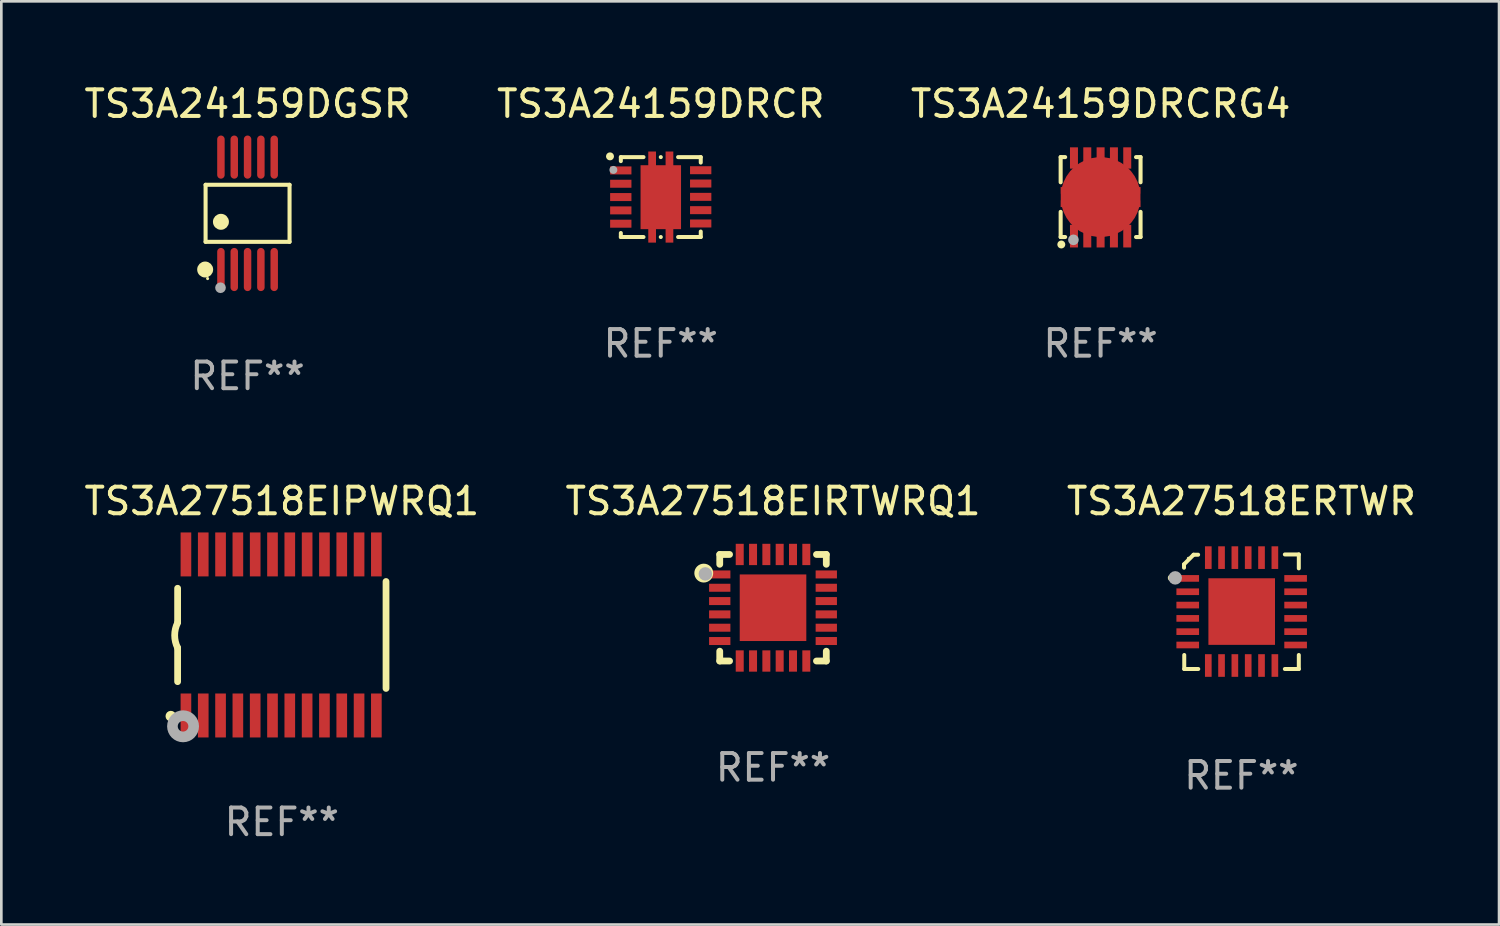
<source format=kicad_pcb>
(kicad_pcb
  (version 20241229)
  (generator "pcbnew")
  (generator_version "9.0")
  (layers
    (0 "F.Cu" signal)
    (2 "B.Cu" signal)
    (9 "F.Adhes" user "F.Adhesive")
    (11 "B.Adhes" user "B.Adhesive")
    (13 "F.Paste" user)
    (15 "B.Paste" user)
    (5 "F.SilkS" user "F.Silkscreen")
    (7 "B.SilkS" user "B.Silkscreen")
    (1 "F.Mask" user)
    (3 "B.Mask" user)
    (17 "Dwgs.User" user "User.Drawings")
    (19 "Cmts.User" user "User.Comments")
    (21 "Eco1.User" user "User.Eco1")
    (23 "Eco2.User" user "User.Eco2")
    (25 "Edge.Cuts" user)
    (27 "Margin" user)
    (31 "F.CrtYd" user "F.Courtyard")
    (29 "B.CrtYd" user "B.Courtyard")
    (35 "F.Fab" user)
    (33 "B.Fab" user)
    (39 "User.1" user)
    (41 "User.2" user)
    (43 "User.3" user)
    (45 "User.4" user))
  (footprint "TS3A24159DRCR"
    (layer "F.Cu")
    (at 21.756 4.348)
    (property "Reference" "TS3A24159DRCR" (at 0 -3.5 0) (layer "F.SilkS") (effects (font (size 1 1) (thickness 0.15))))
    (attr through_hole)
    (fp_line (start -1.499 -1.5) (end -1.499 -1.349) (stroke (width 0.15) (type solid)) (layer "F.SilkS"))
    (fp_line (start -1.499 -1.5) (end -0.648 -1.5) (stroke (width 0.15) (type solid)) (layer "F.SilkS"))
    (fp_line (start -1.499 1.349) (end -1.499 1.5) (stroke (width 0.15) (type solid)) (layer "F.SilkS"))
    (fp_line (start -0.648 1.5) (end -1.499 1.5) (stroke (width 0.15) (type solid)) (layer "F.SilkS"))
    (fp_line (start -0.000203 -1.5) (end 0.002 -1.5) (stroke (width 0.15) (type solid)) (layer "F.SilkS"))
    (fp_line (start 0.002 1.5) (end -0.000203 1.5) (stroke (width 0.15) (type solid)) (layer "F.SilkS"))
    (fp_line (start 0.65 -1.5) (end 1.501 -1.5) (stroke (width 0.15) (type solid)) (layer "F.SilkS"))
    (fp_line (start 1.501 -1.5) (end 1.501 -1.294) (stroke (width 0.15) (type solid)) (layer "F.SilkS"))
    (fp_line (start 1.501 1.294) (end 1.501 1.5) (stroke (width 0.15) (type solid)) (layer "F.SilkS"))
    (fp_line (start 1.501 1.5) (end 0.65 1.5) (stroke (width 0.15) (type solid)) (layer "F.SilkS"))
    (fp_circle (center -1.906 -1.528) (end -1.831 -1.528) (stroke (width 0.15) (type solid)) (fill no) (layer "F.SilkS"))
    (fp_circle (center -1.471 -1.474) (end -1.441 -1.474) (stroke (width 0.06) (type solid)) (fill no) (layer "F.SilkS"))
    (fp_circle (center -1.779 -1.02) (end -1.704 -1.02) (stroke (width 0.15) (type solid)) (fill no) (layer "F.Fab"))
    (fp_text user "REF**" (at 0 5.5 0) (layer "F.Fab") (effects (font (size 1 1) (thickness 0.15))))
    (pad "1" smd rect (at -1.501 -1) (size 0.8 0.3) (layers "F.Cu" "F.Mask" "F.Paste"))
    (pad "2" smd rect (at -1.501 -0.5) (size 0.8 0.3) (layers "F.Cu" "F.Mask" "F.Paste"))
    (pad "3" smd rect (at -1.501 0.000102) (size 0.8 0.3) (layers "F.Cu" "F.Mask" "F.Paste"))
    (pad "4" smd rect (at -1.501 0.5) (size 0.8 0.3) (layers "F.Cu" "F.Mask" "F.Paste"))
    (pad "5" smd rect (at -1.501 1) (size 0.8 0.3) (layers "F.Cu" "F.Mask" "F.Paste"))
    (pad "6" smd rect (at 1.499 0.992) (size 0.8 0.3) (layers "F.Cu" "F.Mask" "F.Paste"))
    (pad "7" smd rect (at 1.499 0.492) (size 0.8 0.3) (layers "F.Cu" "F.Mask" "F.Paste"))
    (pad "8" smd rect (at 1.499 -0.008) (size 0.8 0.3) (layers "F.Cu" "F.Mask" "F.Paste"))
    (pad "9" smd rect (at 1.499 -0.508) (size 0.8 0.3) (layers "F.Cu" "F.Mask" "F.Paste"))
    (pad "10" smd rect (at 1.499 -1.008) (size 0.8 0.3) (layers "F.Cu" "F.Mask" "F.Paste"))
    (pad "11" smd custom (at 0.001 0.005) (size 1.52 3.42) (layers "F.Cu" "F.Mask" "F.Paste") (options (anchor circle)) (primitives (gr_poly (pts (xy -0.76 -1.2) (xy -0.47 -1.2) (xy -0.47 -1.715) (xy -0.18 -1.715) (xy -0.18 -1.2) (xy 0.18 -1.2) (xy 0.18 -1.715) (xy 0.47 -1.715) (xy 0.47 -1.2) (xy 0.76 -1.2) (xy 0.76 1.2) (xy 0.47 1.2) (xy 0.47 1.705) (xy 0.18 1.705) (xy 0.18 1.2) (xy -0.18 1.2) (xy -0.18 1.705) (xy -0.47 1.705) (xy -0.47 1.2) (xy -0.76 1.2) (xy -0.76 -0.895) (xy -0.76 -0.895)) (width 0) (fill yes)))))
  (footprint "TS3A24159DGSR"
    (layer "F.Cu")
    (at 6.244 4.958)
    (property "Reference" "TS3A24159DGSR" (at 0 -4.11 0) (layer "F.SilkS") (effects (font (size 1 1) (thickness 0.15))))
    (attr through_hole)
    (fp_line (start -1.576 -1.071) (end 1.576 -1.071) (stroke (width 0.152) (type solid)) (layer "F.SilkS"))
    (fp_line (start -1.576 1.071) (end -1.576 -1.071) (stroke (width 0.152) (type solid)) (layer "F.SilkS"))
    (fp_line (start 1.576 -1.071) (end 1.576 1.071) (stroke (width 0.152) (type solid)) (layer "F.SilkS"))
    (fp_line (start 1.576 1.071) (end -1.576 1.071) (stroke (width 0.152) (type solid)) (layer "F.SilkS"))
    (fp_circle (center -1.592 2.11) (end -1.442 2.11) (stroke (width 0.3) (type solid)) (fill no) (layer "F.SilkS"))
    (fp_circle (center -1.5 2.45) (end -1.47 2.45) (stroke (width 0.06) (type solid)) (fill no) (layer "F.SilkS"))
    (fp_circle (center -1 0.319) (end -0.85 0.319) (stroke (width 0.3) (type solid)) (fill no) (layer "F.SilkS"))
    (fp_circle (center -1.016 2.794) (end -0.916 2.794) (stroke (width 0.2) (type solid)) (fill no) (layer "F.Fab"))
    (fp_text user "REF**" (at 0 6.11 0) (layer "F.Fab") (effects (font (size 1 1) (thickness 0.15))))
    (pad "1" smd oval (at -1 2.11) (size 0.28 1.62) (layers "F.Cu" "F.Mask" "F.Paste"))
    (pad "2" smd oval (at -0.5 2.11) (size 0.28 1.62) (layers "F.Cu" "F.Mask" "F.Paste"))
    (pad "3" smd oval (at 0 2.11) (size 0.28 1.62) (layers "F.Cu" "F.Mask" "F.Paste"))
    (pad "4" smd oval (at 0.5 2.11) (size 0.28 1.62) (layers "F.Cu" "F.Mask" "F.Paste"))
    (pad "5" smd oval (at 1 2.11) (size 0.28 1.62) (layers "F.Cu" "F.Mask" "F.Paste"))
    (pad "6" smd oval (at 1 -2.11) (size 0.28 1.62) (layers "F.Cu" "F.Mask" "F.Paste"))
    (pad "7" smd oval (at 0.5 -2.11) (size 0.28 1.62) (layers "F.Cu" "F.Mask" "F.Paste"))
    (pad "8" smd oval (at 0 -2.11) (size 0.28 1.62) (layers "F.Cu" "F.Mask" "F.Paste"))
    (pad "9" smd oval (at -0.5 -2.11) (size 0.28 1.62) (layers "F.Cu" "F.Mask" "F.Paste"))
    (pad "10" smd oval (at -1 -2.11) (size 0.28 1.62) (layers "F.Cu" "F.Mask" "F.Paste")))
  (footprint "TS3A24159DRCRG4"
    (layer "F.Cu")
    (at 38.268 4.348)
    (property "Reference" "TS3A24159DRCRG4" (at 0 -3.5 0) (layer "F.SilkS") (effects (font (size 1 1) (thickness 0.15))))
    (attr through_hole)
    (fp_line (start -1.5 -1.5) (end -1.33 -1.5) (stroke (width 0.152) (type solid)) (layer "F.SilkS"))
    (fp_line (start -1.5 -0.555) (end -1.5 -1.5) (stroke (width 0.152) (type solid)) (layer "F.SilkS"))
    (fp_line (start -1.5 1.5) (end -1.5 0.555) (stroke (width 0.152) (type solid)) (layer "F.SilkS"))
    (fp_line (start -1.33 1.5) (end -1.5 1.5) (stroke (width 0.152) (type solid)) (layer "F.SilkS"))
    (fp_line (start 1.33 -1.5) (end 1.5 -1.5) (stroke (width 0.152) (type solid)) (layer "F.SilkS"))
    (fp_line (start 1.5 -1.5) (end 1.5 -0.555) (stroke (width 0.152) (type solid)) (layer "F.SilkS"))
    (fp_line (start 1.5 0.555) (end 1.5 1.5) (stroke (width 0.152) (type solid)) (layer "F.SilkS"))
    (fp_line (start 1.5 1.5) (end 1.33 1.5) (stroke (width 0.152) (type solid)) (layer "F.SilkS"))
    (fp_circle (center -1.5 1.5) (end -1.47 1.5) (stroke (width 0.06) (type solid)) (fill no) (layer "F.SilkS"))
    (fp_circle (center -1.475 1.78) (end -1.4 1.78) (stroke (width 0.15) (type solid)) (fill no) (layer "F.SilkS"))
    (fp_circle (center -1.02 1.605) (end -0.92 1.605) (stroke (width 0.2) (type solid)) (fill no) (layer "F.Fab"))
    (fp_text user "REF**" (at 0 5.5 0) (layer "F.Fab") (effects (font (size 1 1) (thickness 0.15))))
    (pad "1" smd rect (at -1 1.467) (size 0.3 0.85) (layers "F.Cu" "F.Mask" "F.Paste"))
    (pad "2" smd rect (at -0.5 1.467) (size 0.3 0.85) (layers "F.Cu" "F.Mask" "F.Paste"))
    (pad "3" smd rect (at 0 1.467) (size 0.3 0.85) (layers "F.Cu" "F.Mask" "F.Paste"))
    (pad "4" smd rect (at 0.5 1.467) (size 0.3 0.85) (layers "F.Cu" "F.Mask" "F.Paste"))
    (pad "5" smd rect (at 1 1.467 180) (size 0.3 0.85) (layers "F.Cu" "F.Mask" "F.Paste"))
    (pad "6" smd rect (at 1 -1.467 180) (size 0.3 0.8) (layers "F.Cu" "F.Mask" "F.Paste"))
    (pad "7" smd rect (at 0.5 -1.467 180) (size 0.3 0.8) (layers "F.Cu" "F.Mask" "F.Paste"))
    (pad "8" smd rect (at 0 -1.467 180) (size 0.3 0.8) (layers "F.Cu" "F.Mask" "F.Paste"))
    (pad "9" smd rect (at -0.5 -1.467) (size 0.3 0.8) (layers "F.Cu" "F.Mask" "F.Paste"))
    (pad "10" smd rect (at -1 -1.467) (size 0.3 0.8) (layers "F.Cu" "F.Mask" "F.Paste"))
    (pad "11" smd custom (at 0 0) (size 3 1.65) (layers "F.Cu" "F.Mask" "F.Paste") (options (anchor circle)) (primitives (gr_poly (pts (xy -1.2 0.773) (xy -1.2 0.375) (xy -1.5 0.375) (xy -1.5 0.125) (xy -1.2 0.125) (xy -1.2 -0.125) (xy -1.5 -0.125) (xy -1.5 -0.375) (xy -1.2 -0.375) (xy -1.2 -0.825) (xy 1.2 -0.825) (xy 1.2 -0.375) (xy 1.5 -0.375) (xy 1.5 -0.125) (xy 1.2 -0.125) (xy 1.2 0.125) (xy 1.5 0.125) (xy 1.5 0.375) (xy 1.2 0.375) (xy 1.2 0.825) (xy -1.2 0.825)) (width 0) (fill yes)))))
  (footprint "TS3A27518EIRTWRQ1"
    (layer "F.Cu")
    (at 25.97 19.765)
    (property "Reference" "TS3A27518EIRTWRQ1" (at 0 -4 0) (layer "F.SilkS") (effects (font (size 1 1) (thickness 0.15))))
    (attr through_hole)
    (fp_line (start -2 -2) (end -1.631 -2) (stroke (width 0.254) (type solid)) (layer "F.SilkS"))
    (fp_line (start -2 -1.631) (end -2 -2) (stroke (width 0.254) (type solid)) (layer "F.SilkS"))
    (fp_line (start -2 2) (end -2 1.631) (stroke (width 0.254) (type solid)) (layer "F.SilkS"))
    (fp_line (start -1.631 2) (end -2 2) (stroke (width 0.254) (type solid)) (layer "F.SilkS"))
    (fp_line (start 1.631 -2) (end 2 -2) (stroke (width 0.254) (type solid)) (layer "F.SilkS"))
    (fp_line (start 2 -2) (end 2 -1.631) (stroke (width 0.254) (type solid)) (layer "F.SilkS"))
    (fp_line (start 2 1.631) (end 2 2) (stroke (width 0.254) (type solid)) (layer "F.SilkS"))
    (fp_line (start 2 2) (end 1.631 2) (stroke (width 0.254) (type solid)) (layer "F.SilkS"))
    (fp_circle (center -2.6 -1.3) (end -2.5 -1.3) (stroke (width 0.254) (type solid)) (fill no) (layer "F.SilkS"))
    (fp_circle (center -1.95 -1.95) (end -1.9 -1.95) (stroke (width 0.1) (type solid)) (fill no) (layer "F.SilkS"))
    (fp_circle (center -2.54 -1.27) (end -2.413 -1.27) (stroke (width 0.254) (type solid)) (fill no) (layer "F.Fab"))
    (fp_text user "REF**" (at 0 6 0) (layer "F.Fab") (effects (font (size 1 1) (thickness 0.15))))
    (pad "1" smd rect (at -2 -1.25) (size 0.8 0.3) (layers "F.Cu" "F.Mask" "F.Paste"))
    (pad "2" smd rect (at -2 -0.75) (size 0.8 0.3) (layers "F.Cu" "F.Mask" "F.Paste"))
    (pad "3" smd rect (at -2 -0.25) (size 0.8 0.3) (layers "F.Cu" "F.Mask" "F.Paste"))
    (pad "4" smd rect (at -2 0.25) (size 0.8 0.3) (layers "F.Cu" "F.Mask" "F.Paste"))
    (pad "5" smd rect (at -2 0.75) (size 0.8 0.3) (layers "F.Cu" "F.Mask" "F.Paste"))
    (pad "6" smd rect (at -2 1.25) (size 0.8 0.3) (layers "F.Cu" "F.Mask" "F.Paste"))
    (pad "7" smd rect (at -1.25 2) (size 0.3 0.8) (layers "F.Cu" "F.Mask" "F.Paste"))
    (pad "8" smd rect (at -0.75 2) (size 0.3 0.8) (layers "F.Cu" "F.Mask" "F.Paste"))
    (pad "9" smd rect (at -0.25 2) (size 0.3 0.8) (layers "F.Cu" "F.Mask" "F.Paste"))
    (pad "10" smd rect (at 0.25 2) (size 0.3 0.8) (layers "F.Cu" "F.Mask" "F.Paste"))
    (pad "11" smd rect (at 0.75 2) (size 0.3 0.8) (layers "F.Cu" "F.Mask" "F.Paste"))
    (pad "12" smd rect (at 1.25 2) (size 0.3 0.8) (layers "F.Cu" "F.Mask" "F.Paste"))
    (pad "13" smd rect (at 2 1.25) (size 0.8 0.3) (layers "F.Cu" "F.Mask" "F.Paste"))
    (pad "14" smd rect (at 2 0.75) (size 0.8 0.3) (layers "F.Cu" "F.Mask" "F.Paste"))
    (pad "15" smd rect (at 2 0.25) (size 0.8 0.3) (layers "F.Cu" "F.Mask" "F.Paste"))
    (pad "16" smd rect (at 2 -0.25) (size 0.8 0.3) (layers "F.Cu" "F.Mask" "F.Paste"))
    (pad "17" smd rect (at 2 -0.75) (size 0.8 0.3) (layers "F.Cu" "F.Mask" "F.Paste"))
    (pad "18" smd rect (at 2 -1.25) (size 0.8 0.3) (layers "F.Cu" "F.Mask" "F.Paste"))
    (pad "19" smd rect (at 1.25 -2) (size 0.3 0.8) (layers "F.Cu" "F.Mask" "F.Paste"))
    (pad "20" smd rect (at 0.75 -2) (size 0.3 0.8) (layers "F.Cu" "F.Mask" "F.Paste"))
    (pad "21" smd rect (at 0.25 -2) (size 0.3 0.8) (layers "F.Cu" "F.Mask" "F.Paste"))
    (pad "22" smd rect (at -0.25 -2) (size 0.3 0.8) (layers "F.Cu" "F.Mask" "F.Paste"))
    (pad "23" smd rect (at -0.75 -2) (size 0.3 0.8) (layers "F.Cu" "F.Mask" "F.Paste"))
    (pad "24" smd rect (at -1.25 -2) (size 0.3 0.8) (layers "F.Cu" "F.Mask" "F.Paste"))
    (pad "25" smd rect (at 0 0) (size 2.5 2.5) (layers "F.Cu" "F.Mask" "F.Paste")))
  (footprint "TS3A27518ERTWR"
    (layer "F.Cu")
    (at 43.554 19.915)
    (property "Reference" "TS3A27518ERTWR" (at 0 -4.15 0) (layer "F.SilkS") (effects (font (size 1 1) (thickness 0.15))))
    (attr through_hole)
    (fp_line (start -2.155 -1.779) (end -2.155 -1.652) (stroke (width 0.15) (type solid)) (layer "F.SilkS"))
    (fp_line (start -2.146 2.15) (end -2.146 1.624) (stroke (width 0.15) (type solid)) (layer "F.SilkS"))
    (fp_line (start -1.795 -2.14) (end -2.155 -1.779) (stroke (width 0.15) (type solid)) (layer "F.SilkS"))
    (fp_line (start -1.625 -2.14) (end -1.795 -2.14) (stroke (width 0.15) (type solid)) (layer "F.SilkS"))
    (fp_line (start -1.62 2.15) (end -2.146 2.15) (stroke (width 0.15) (type solid)) (layer "F.SilkS"))
    (fp_line (start 1.631 -2.15) (end 2.155 -2.15) (stroke (width 0.15) (type solid)) (layer "F.SilkS"))
    (fp_line (start 1.631 2.15) (end 2.155 2.15) (stroke (width 0.15) (type solid)) (layer "F.SilkS"))
    (fp_line (start 2.155 -2.15) (end 2.155 -1.627) (stroke (width 0.15) (type solid)) (layer "F.SilkS"))
    (fp_line (start 2.155 2.15) (end 2.155 1.624) (stroke (width 0.15) (type solid)) (layer "F.SilkS"))
    (fp_circle (center -2.637 -1.271) (end -2.561 -1.271) (stroke (width 0.1) (type solid)) (fill no) (layer "F.SilkS"))
    (fp_circle (center -1.99 -2.006) (end -1.96 -2.006) (stroke (width 0.06) (type solid)) (fill no) (layer "F.SilkS"))
    (fp_circle (center -2.485 -1.271) (end -2.358 -1.271) (stroke (width 0.254) (type solid)) (fill no) (layer "F.Fab"))
    (fp_text user "REF**" (at 0 6.15 0) (layer "F.Fab") (effects (font (size 1 1) (thickness 0.15))))
    (pad "1" smd rect (at -2.015 -1.251) (size 0.85 0.25) (layers "F.Cu" "F.Mask" "F.Paste"))
    (pad "2" smd rect (at -2.015 -0.75) (size 0.85 0.25) (layers "F.Cu" "F.Mask" "F.Paste"))
    (pad "3" smd rect (at -2.015 -0.25) (size 0.85 0.25) (layers "F.Cu" "F.Mask" "F.Paste"))
    (pad "4" smd rect (at -2.015 0.25) (size 0.85 0.25) (layers "F.Cu" "F.Mask" "F.Paste"))
    (pad "5" smd rect (at -2.015 0.748) (size 0.85 0.25) (layers "F.Cu" "F.Mask" "F.Paste"))
    (pad "6" smd rect (at -2.015 1.249) (size 0.85 0.25) (layers "F.Cu" "F.Mask" "F.Paste"))
    (pad "7" smd rect (at -1.243 2.019 90) (size 0.85 0.25) (layers "F.Cu" "F.Mask" "F.Paste"))
    (pad "8" smd rect (at -0.746 2.019 90) (size 0.85 0.25) (layers "F.Cu" "F.Mask" "F.Paste"))
    (pad "9" smd rect (at -0.246 2.019 90) (size 0.85 0.25) (layers "F.Cu" "F.Mask" "F.Paste"))
    (pad "10" smd rect (at 0.255 2.019 90) (size 0.85 0.25) (layers "F.Cu" "F.Mask" "F.Paste"))
    (pad "11" smd rect (at 0.755 2.019 90) (size 0.85 0.25) (layers "F.Cu" "F.Mask" "F.Paste"))
    (pad "12" smd rect (at 1.256 2.019 90) (size 0.85 0.25) (layers "F.Cu" "F.Mask" "F.Paste"))
    (pad "13" smd rect (at 2.035 1.249) (size 0.85 0.25) (layers "F.Cu" "F.Mask" "F.Paste"))
    (pad "14" smd rect (at 2.035 0.748) (size 0.85 0.25) (layers "F.Cu" "F.Mask" "F.Paste"))
    (pad "15" smd rect (at 2.035 0.25) (size 0.85 0.25) (layers "F.Cu" "F.Mask" "F.Paste"))
    (pad "16" smd rect (at 2.035 -0.25) (size 0.85 0.25) (layers "F.Cu" "F.Mask" "F.Paste"))
    (pad "17" smd rect (at 2.035 -0.75) (size 0.85 0.25) (layers "F.Cu" "F.Mask" "F.Paste"))
    (pad "18" smd rect (at 2.035 -1.251) (size 0.85 0.25) (layers "F.Cu" "F.Mask" "F.Paste"))
    (pad "19" smd rect (at 1.256 -2.031 90) (size 0.85 0.25) (layers "F.Cu" "F.Mask" "F.Paste"))
    (pad "20" smd rect (at 0.755 -2.031 90) (size 0.85 0.25) (layers "F.Cu" "F.Mask" "F.Paste"))
    (pad "21" smd rect (at 0.255 -2.031 90) (size 0.85 0.25) (layers "F.Cu" "F.Mask" "F.Paste"))
    (pad "22" smd rect (at -0.246 -2.031 90) (size 0.85 0.25) (layers "F.Cu" "F.Mask" "F.Paste"))
    (pad "23" smd rect (at -0.746 -2.031 90) (size 0.85 0.25) (layers "F.Cu" "F.Mask" "F.Paste"))
    (pad "24" smd rect (at -1.243 -2.031 90) (size 0.85 0.25) (layers "F.Cu" "F.Mask" "F.Paste"))
    (pad "25" smd rect (at 0.011 -0.006) (size 2.5 2.5) (layers "F.Cu" "F.Mask" "F.Paste")))
  (footprint "TS3A27518EIPWRQ1"
    (layer "F.Cu")
    (at 7.53 20.787)
    (property "Reference" "TS3A27518EIPWRQ1" (at 0 -5.023 0) (layer "F.SilkS") (effects (font (size 1 1) (thickness 0.15))))
    (attr through_hole)
    (fp_line (start -3.912 -0.483) (end -3.912 -1.753) (stroke (width 0.254) (type solid)) (layer "F.SilkS"))
    (fp_line (start -3.912 1.753) (end -3.912 0.483) (stroke (width 0.254) (type solid)) (layer "F.SilkS"))
    (fp_line (start 3.912 -2.007) (end 3.912 2.007) (stroke (width 0.254) (type solid)) (layer "F.SilkS"))
    (fp_arc (start -3.911608 0.482601) (mid -4.022537 0.0127) (end -3.911608 -0.457201) (stroke (width 0.254001) (type solid)) (layer "F.SilkS"))
    (fp_circle (center -4.166 3.048) (end -4.066 3.048) (stroke (width 0.2) (type solid)) (fill no) (layer "F.SilkS"))
    (fp_circle (center -3.925 3.186) (end -3.895 3.186) (stroke (width 0.06) (type solid)) (fill no) (layer "F.SilkS"))
    (fp_circle (center -3.708 3.429) (end -3.509 3.429) (stroke (width 0.4) (type solid)) (fill no) (layer "F.Fab"))
    (fp_text user "REF**" (at 0 7.023 0) (layer "F.Fab") (effects (font (size 1 1) (thickness 0.15))))
    (pad "1" smd rect (at -3.6 3.023) (size 0.4 1.65) (layers "F.Cu" "F.Mask" "F.Paste"))
    (pad "2" smd rect (at -2.95 3.023) (size 0.4 1.65) (layers "F.Cu" "F.Mask" "F.Paste"))
    (pad "3" smd rect (at -2.3 3.023) (size 0.4 1.65) (layers "F.Cu" "F.Mask" "F.Paste"))
    (pad "4" smd rect (at -1.65 3.023) (size 0.4 1.65) (layers "F.Cu" "F.Mask" "F.Paste"))
    (pad "5" smd rect (at -1 3.023) (size 0.4 1.65) (layers "F.Cu" "F.Mask" "F.Paste"))
    (pad "6" smd rect (at -0.35 3.023) (size 0.4 1.65) (layers "F.Cu" "F.Mask" "F.Paste"))
    (pad "7" smd rect (at 0.299 3.023) (size 0.4 1.65) (layers "F.Cu" "F.Mask" "F.Paste"))
    (pad "8" smd rect (at 0.95 3.023) (size 0.4 1.65) (layers "F.Cu" "F.Mask" "F.Paste"))
    (pad "9" smd rect (at 1.6 3.023) (size 0.4 1.65) (layers "F.Cu" "F.Mask" "F.Paste"))
    (pad "10" smd rect (at 2.25 3.023) (size 0.4 1.65) (layers "F.Cu" "F.Mask" "F.Paste"))
    (pad "11" smd rect (at 2.9 3.023) (size 0.4 1.65) (layers "F.Cu" "F.Mask" "F.Paste"))
    (pad "12" smd rect (at 3.549 3.023) (size 0.4 1.65) (layers "F.Cu" "F.Mask" "F.Paste"))
    (pad "13" smd rect (at 3.549 -3.023) (size 0.4 1.65) (layers "F.Cu" "F.Mask" "F.Paste"))
    (pad "14" smd rect (at 2.9 -3.023) (size 0.4 1.65) (layers "F.Cu" "F.Mask" "F.Paste"))
    (pad "15" smd rect (at 2.25 -3.023) (size 0.4 1.65) (layers "F.Cu" "F.Mask" "F.Paste"))
    (pad "16" smd rect (at 1.6 -3.023) (size 0.4 1.65) (layers "F.Cu" "F.Mask" "F.Paste"))
    (pad "17" smd rect (at 0.95 -3.023) (size 0.4 1.65) (layers "F.Cu" "F.Mask" "F.Paste"))
    (pad "18" smd rect (at 0.299 -3.023) (size 0.4 1.65) (layers "F.Cu" "F.Mask" "F.Paste"))
    (pad "19" smd rect (at -0.35 -3.023) (size 0.4 1.65) (layers "F.Cu" "F.Mask" "F.Paste"))
    (pad "20" smd rect (at -1 -3.023) (size 0.4 1.65) (layers "F.Cu" "F.Mask" "F.Paste"))
    (pad "21" smd rect (at -1.65 -3.023) (size 0.4 1.65) (layers "F.Cu" "F.Mask" "F.Paste"))
    (pad "22" smd rect (at -2.3 -3.023) (size 0.4 1.65) (layers "F.Cu" "F.Mask" "F.Paste"))
    (pad "23" smd rect (at -2.95 -3.023) (size 0.4 1.65) (layers "F.Cu" "F.Mask" "F.Paste"))
    (pad "24" smd rect (at -3.6 -3.023) (size 0.4 1.65) (layers "F.Cu" "F.Mask" "F.Paste")))
  (gr_rect
    (start -3 -3)
    (end 53.226 31.658)
    (stroke (width 0.1) (type default))
    (fill no)
    (layer "Edge.Cuts")))
</source>
